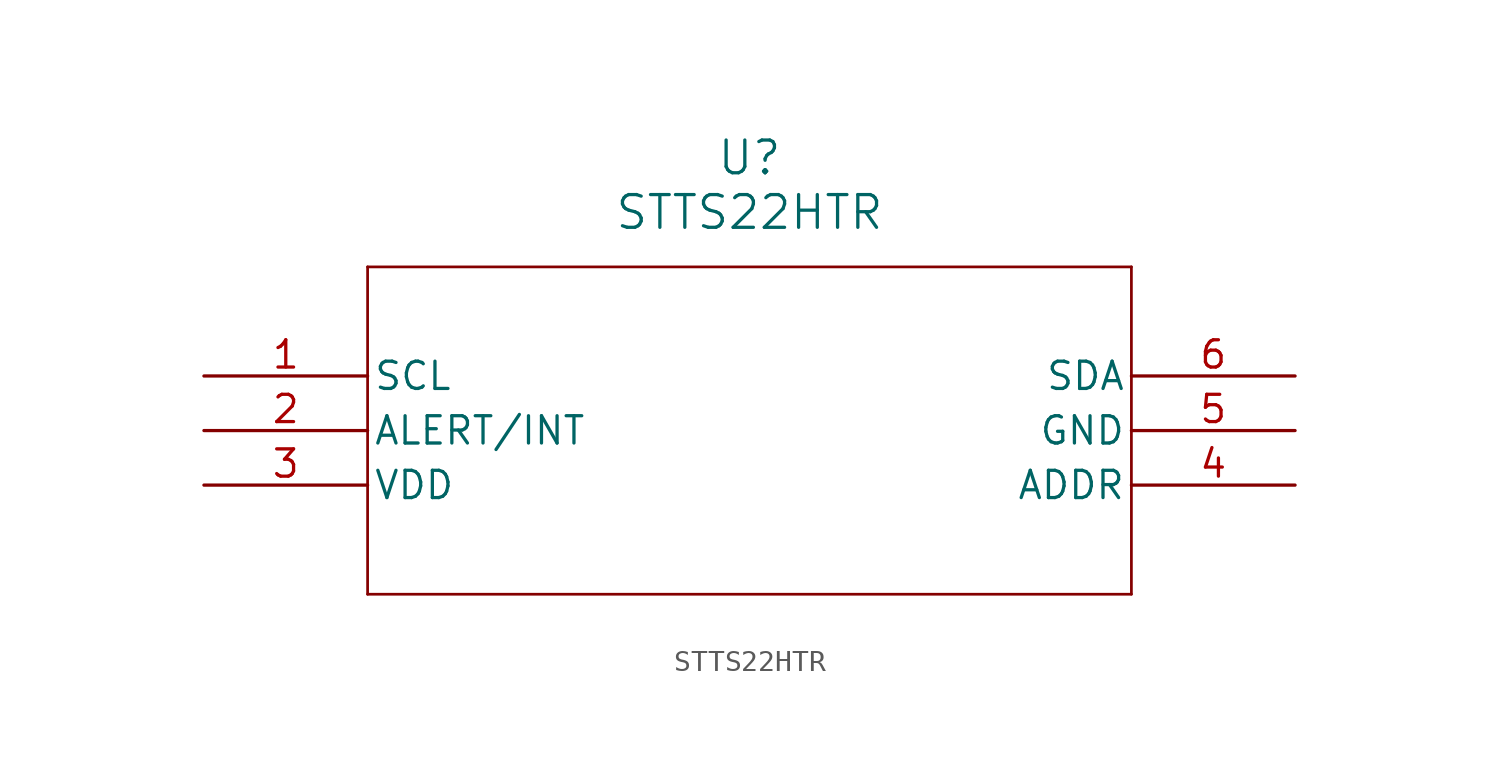
<source format=kicad_sym>
(kicad_symbol_lib
  (version 20211014)
  (generator kicad_symbol_editor)
  (symbol "STTS22HTR"
    (pin_names
      (offset 0.254))
    (property "Reference" "U"
      (at 25.4 10.16 0)
      (effects (font (size 1.524 1.524))))
    (property "Value" "STTS22HTR"
      (at 25.4 7.62 0)
      (effects (font (size 1.524 1.524))))
    (symbol "STTS22HTR_0_1"
      (polyline (pts (xy 7.62 5.08) (xy 7.62 -10.16)) (stroke (width 0.127) (type default) (color 0 0 0 0)) (fill (type none)))
      (polyline (pts (xy 7.62 -10.16) (xy 43.18 -10.16)) (stroke (width 0.127) (type default) (color 0 0 0 0)) (fill (type none)))
      (polyline (pts (xy 43.18 -10.16) (xy 43.18 5.08)) (stroke (width 0.127) (type default) (color 0 0 0 0)) (fill (type none)))
      (polyline (pts (xy 43.18 5.08) (xy 7.62 5.08)) (stroke (width 0.127) (type default) (color 0 0 0 0)) (fill (type none)))
      (pin unspecified line (at 0 0 0) (length 7.62) (name "SCL" (effects (font (size 1.27 1.27)))) (number "1" (effects (font (size 1.27 1.27)))))
      (pin output line (at 0 -2.54 0) (length 7.62) (name "ALERT/INT" (effects (font (size 1.27 1.27)))) (number "2" (effects (font (size 1.27 1.27)))))
      (pin power_in line (at 0 -5.08 0) (length 7.62) (name "VDD" (effects (font (size 1.27 1.27)))) (number "3" (effects (font (size 1.27 1.27)))))
      (pin unspecified line (at 50.8 -5.08 180) (length 7.62) (name "ADDR" (effects (font (size 1.27 1.27)))) (number "4" (effects (font (size 1.27 1.27)))))
      (pin power_out line (at 50.8 -2.54 180) (length 7.62) (name "GND" (effects (font (size 1.27 1.27)))) (number "5" (effects (font (size 1.27 1.27)))))
      (pin unspecified line (at 50.8 0 180) (length 7.62) (name "SDA" (effects (font (size 1.27 1.27)))) (number "6" (effects (font (size 1.27 1.27))))))))
</source>
